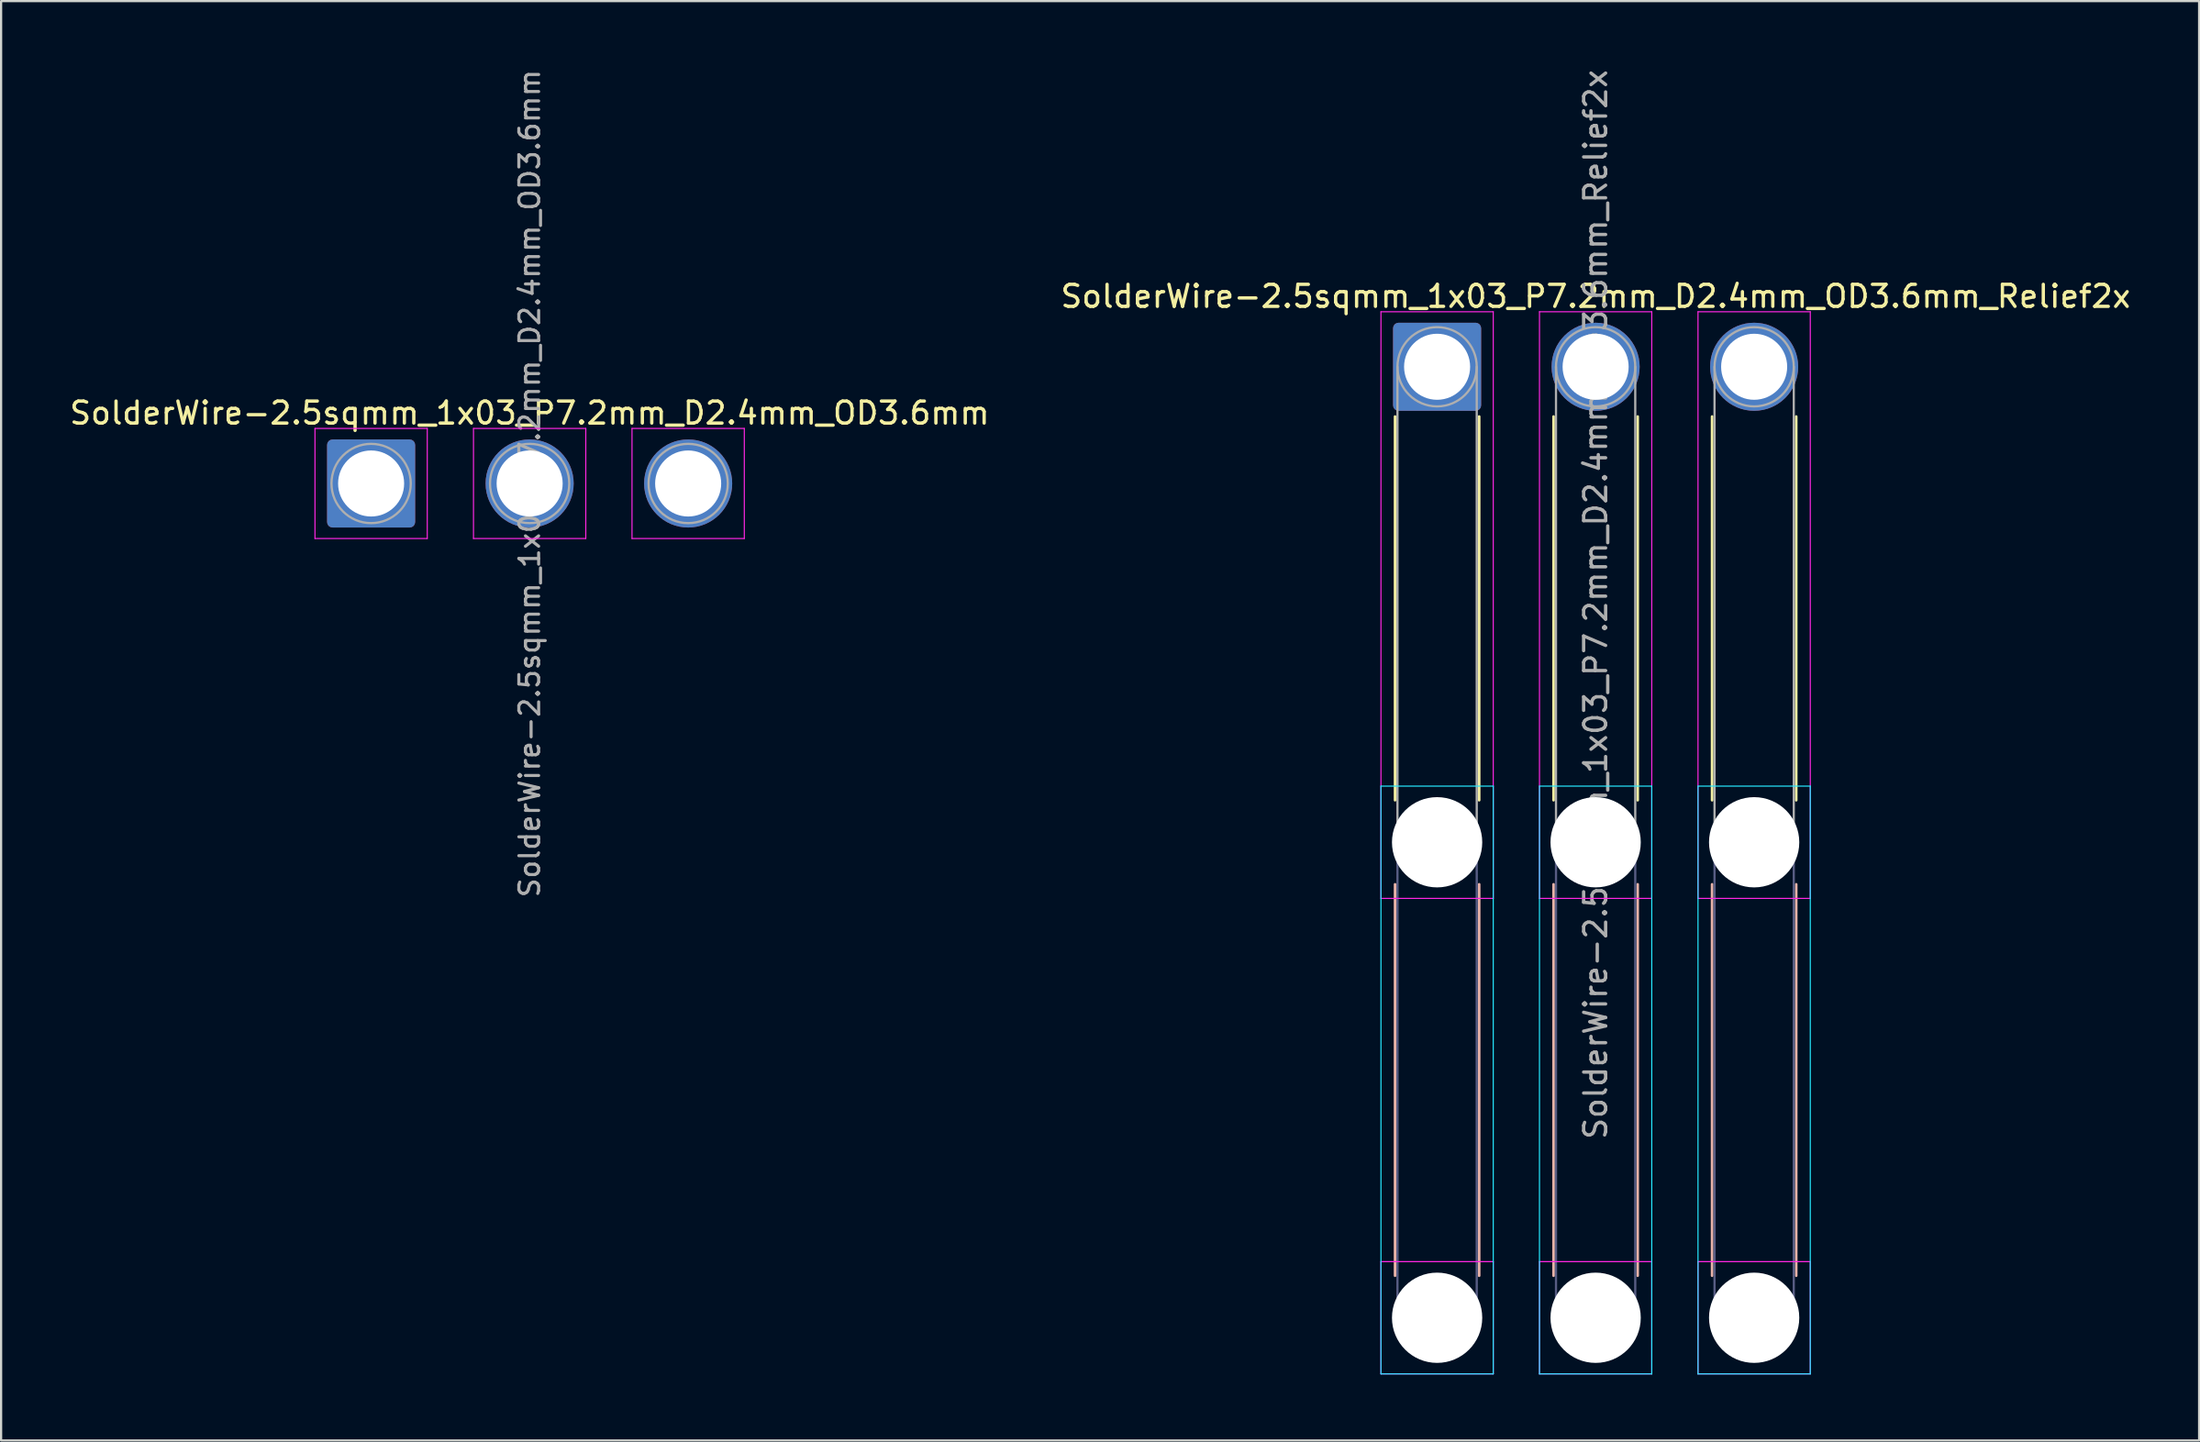
<source format=kicad_pcb>
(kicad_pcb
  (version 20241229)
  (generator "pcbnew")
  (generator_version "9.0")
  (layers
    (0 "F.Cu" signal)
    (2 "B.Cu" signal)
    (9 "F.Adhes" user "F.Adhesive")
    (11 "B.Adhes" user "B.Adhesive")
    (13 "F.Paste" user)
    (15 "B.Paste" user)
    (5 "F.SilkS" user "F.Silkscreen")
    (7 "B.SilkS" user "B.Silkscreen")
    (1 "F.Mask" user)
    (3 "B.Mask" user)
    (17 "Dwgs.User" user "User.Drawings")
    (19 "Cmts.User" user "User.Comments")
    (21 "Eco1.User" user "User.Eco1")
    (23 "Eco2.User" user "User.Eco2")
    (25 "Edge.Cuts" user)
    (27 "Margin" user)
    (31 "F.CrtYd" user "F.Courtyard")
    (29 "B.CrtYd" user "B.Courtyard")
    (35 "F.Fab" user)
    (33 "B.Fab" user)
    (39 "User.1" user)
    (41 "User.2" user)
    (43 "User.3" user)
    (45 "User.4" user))
  (footprint "SolderWire-2.5sqmm_1x03_P7.2mm_D2.4mm_OD3.6mm_Relief2x"
    (layer "F.Cu")
    (at 62.223 13.611)
    (property "Reference" "SolderWire-2.5sqmm_1x03_P7.2mm_D2.4mm_OD3.6mm_Relief2x" (at 7.2 -3.2 0) (layer "F.SilkS") (effects (font (size 1 1) (thickness 0.15))))
    (attr exclude_from_pos_files exclude_from_bom)
    (fp_line (start -1.91 2.26) (end -1.91 19.69) (stroke (width 0.12) (type solid)) (layer "F.SilkS"))
    (fp_line (start 1.91 2.26) (end 1.91 19.69) (stroke (width 0.12) (type solid)) (layer "F.SilkS"))
    (fp_line (start 5.29 2.26) (end 5.29 19.69) (stroke (width 0.12) (type solid)) (layer "F.SilkS"))
    (fp_line (start 9.11 2.26) (end 9.11 19.69) (stroke (width 0.12) (type solid)) (layer "F.SilkS"))
    (fp_line (start 12.49 2.26) (end 12.49 19.69) (stroke (width 0.12) (type solid)) (layer "F.SilkS"))
    (fp_line (start 16.31 2.26) (end 16.31 19.69) (stroke (width 0.12) (type solid)) (layer "F.SilkS"))
    (fp_line (start -1.91 23.51) (end -1.91 41.29) (stroke (width 0.12) (type solid)) (layer "B.SilkS"))
    (fp_line (start 1.91 23.51) (end 1.91 41.29) (stroke (width 0.12) (type solid)) (layer "B.SilkS"))
    (fp_line (start 5.29 23.51) (end 5.29 41.29) (stroke (width 0.12) (type solid)) (layer "B.SilkS"))
    (fp_line (start 9.11 23.51) (end 9.11 41.29) (stroke (width 0.12) (type solid)) (layer "B.SilkS"))
    (fp_line (start 12.49 23.51) (end 12.49 41.29) (stroke (width 0.12) (type solid)) (layer "B.SilkS"))
    (fp_line (start 16.31 23.51) (end 16.31 41.29) (stroke (width 0.12) (type solid)) (layer "B.SilkS"))
    (fp_line (start -2.55 19.05) (end -2.55 45.75) (stroke (width 0.05) (type solid)) (layer "B.CrtYd"))
    (fp_line (start -2.55 45.75) (end 2.55 45.75) (stroke (width 0.05) (type solid)) (layer "B.CrtYd"))
    (fp_line (start 2.55 19.05) (end -2.55 19.05) (stroke (width 0.05) (type solid)) (layer "B.CrtYd"))
    (fp_line (start 2.55 45.75) (end 2.55 19.05) (stroke (width 0.05) (type solid)) (layer "B.CrtYd"))
    (fp_line (start 4.65 19.05) (end 4.65 45.75) (stroke (width 0.05) (type solid)) (layer "B.CrtYd"))
    (fp_line (start 4.65 45.75) (end 9.75 45.75) (stroke (width 0.05) (type solid)) (layer "B.CrtYd"))
    (fp_line (start 9.75 19.05) (end 4.65 19.05) (stroke (width 0.05) (type solid)) (layer "B.CrtYd"))
    (fp_line (start 9.75 45.75) (end 9.75 19.05) (stroke (width 0.05) (type solid)) (layer "B.CrtYd"))
    (fp_line (start 11.85 19.05) (end 11.85 45.75) (stroke (width 0.05) (type solid)) (layer "B.CrtYd"))
    (fp_line (start 11.85 45.75) (end 16.95 45.75) (stroke (width 0.05) (type solid)) (layer "B.CrtYd"))
    (fp_line (start 16.95 19.05) (end 11.85 19.05) (stroke (width 0.05) (type solid)) (layer "B.CrtYd"))
    (fp_line (start 16.95 45.75) (end 16.95 19.05) (stroke (width 0.05) (type solid)) (layer "B.CrtYd"))
    (fp_line (start -2.55 -2.5) (end -2.55 24.15) (stroke (width 0.05) (type solid)) (layer "F.CrtYd"))
    (fp_line (start -2.55 24.15) (end 2.55 24.15) (stroke (width 0.05) (type solid)) (layer "F.CrtYd"))
    (fp_line (start -2.55 40.65) (end -2.55 45.75) (stroke (width 0.05) (type solid)) (layer "F.CrtYd"))
    (fp_line (start -2.55 45.75) (end 2.55 45.75) (stroke (width 0.05) (type solid)) (layer "F.CrtYd"))
    (fp_line (start 2.55 -2.5) (end -2.55 -2.5) (stroke (width 0.05) (type solid)) (layer "F.CrtYd"))
    (fp_line (start 2.55 24.15) (end 2.55 -2.5) (stroke (width 0.05) (type solid)) (layer "F.CrtYd"))
    (fp_line (start 2.55 40.65) (end -2.55 40.65) (stroke (width 0.05) (type solid)) (layer "F.CrtYd"))
    (fp_line (start 2.55 45.75) (end 2.55 40.65) (stroke (width 0.05) (type solid)) (layer "F.CrtYd"))
    (fp_line (start 4.65 -2.5) (end 4.65 24.15) (stroke (width 0.05) (type solid)) (layer "F.CrtYd"))
    (fp_line (start 4.65 24.15) (end 9.75 24.15) (stroke (width 0.05) (type solid)) (layer "F.CrtYd"))
    (fp_line (start 4.65 40.65) (end 4.65 45.75) (stroke (width 0.05) (type solid)) (layer "F.CrtYd"))
    (fp_line (start 4.65 45.75) (end 9.75 45.75) (stroke (width 0.05) (type solid)) (layer "F.CrtYd"))
    (fp_line (start 9.75 -2.5) (end 4.65 -2.5) (stroke (width 0.05) (type solid)) (layer "F.CrtYd"))
    (fp_line (start 9.75 24.15) (end 9.75 -2.5) (stroke (width 0.05) (type solid)) (layer "F.CrtYd"))
    (fp_line (start 9.75 40.65) (end 4.65 40.65) (stroke (width 0.05) (type solid)) (layer "F.CrtYd"))
    (fp_line (start 9.75 45.75) (end 9.75 40.65) (stroke (width 0.05) (type solid)) (layer "F.CrtYd"))
    (fp_line (start 11.85 -2.5) (end 11.85 24.15) (stroke (width 0.05) (type solid)) (layer "F.CrtYd"))
    (fp_line (start 11.85 24.15) (end 16.95 24.15) (stroke (width 0.05) (type solid)) (layer "F.CrtYd"))
    (fp_line (start 11.85 40.65) (end 11.85 45.75) (stroke (width 0.05) (type solid)) (layer "F.CrtYd"))
    (fp_line (start 11.85 45.75) (end 16.95 45.75) (stroke (width 0.05) (type solid)) (layer "F.CrtYd"))
    (fp_line (start 16.95 -2.5) (end 11.85 -2.5) (stroke (width 0.05) (type solid)) (layer "F.CrtYd"))
    (fp_line (start 16.95 24.15) (end 16.95 -2.5) (stroke (width 0.05) (type solid)) (layer "F.CrtYd"))
    (fp_line (start 16.95 40.65) (end 11.85 40.65) (stroke (width 0.05) (type solid)) (layer "F.CrtYd"))
    (fp_line (start 16.95 45.75) (end 16.95 40.65) (stroke (width 0.05) (type solid)) (layer "F.CrtYd"))
    (fp_line (start -1.8 21.6) (end -1.8 43.2) (stroke (width 0.1) (type solid)) (layer "B.Fab"))
    (fp_line (start 1.8 21.6) (end 1.8 43.2) (stroke (width 0.1) (type solid)) (layer "B.Fab"))
    (fp_line (start 5.4 21.6) (end 5.4 43.2) (stroke (width 0.1) (type solid)) (layer "B.Fab"))
    (fp_line (start 9 21.6) (end 9 43.2) (stroke (width 0.1) (type solid)) (layer "B.Fab"))
    (fp_line (start 12.6 21.6) (end 12.6 43.2) (stroke (width 0.1) (type solid)) (layer "B.Fab"))
    (fp_line (start 16.2 21.6) (end 16.2 43.2) (stroke (width 0.1) (type solid)) (layer "B.Fab"))
    (fp_circle (center 0 21.6) (end 1.8 21.6) (stroke (width 0.1) (type solid)) (fill no) (layer "B.Fab"))
    (fp_circle (center 0 43.2) (end 1.8 43.2) (stroke (width 0.1) (type solid)) (fill no) (layer "B.Fab"))
    (fp_circle (center 7.2 21.6) (end 9 21.6) (stroke (width 0.1) (type solid)) (fill no) (layer "B.Fab"))
    (fp_circle (center 7.2 43.2) (end 9 43.2) (stroke (width 0.1) (type solid)) (fill no) (layer "B.Fab"))
    (fp_circle (center 14.4 21.6) (end 16.2 21.6) (stroke (width 0.1) (type solid)) (fill no) (layer "B.Fab"))
    (fp_circle (center 14.4 43.2) (end 16.2 43.2) (stroke (width 0.1) (type solid)) (fill no) (layer "B.Fab"))
    (fp_line (start -1.8 0) (end -1.8 21.6) (stroke (width 0.1) (type solid)) (layer "F.Fab"))
    (fp_line (start 1.8 0) (end 1.8 21.6) (stroke (width 0.1) (type solid)) (layer "F.Fab"))
    (fp_line (start 5.4 0) (end 5.4 21.6) (stroke (width 0.1) (type solid)) (layer "F.Fab"))
    (fp_line (start 9 0) (end 9 21.6) (stroke (width 0.1) (type solid)) (layer "F.Fab"))
    (fp_line (start 12.6 0) (end 12.6 21.6) (stroke (width 0.1) (type solid)) (layer "F.Fab"))
    (fp_line (start 16.2 0) (end 16.2 21.6) (stroke (width 0.1) (type solid)) (layer "F.Fab"))
    (fp_circle (center 0 0) (end 1.8 0) (stroke (width 0.1) (type solid)) (fill no) (layer "F.Fab"))
    (fp_circle (center 0 21.6) (end 1.8 21.6) (stroke (width 0.1) (type solid)) (fill no) (layer "F.Fab"))
    (fp_circle (center 0 43.2) (end 1.8 43.2) (stroke (width 0.1) (type solid)) (fill no) (layer "F.Fab"))
    (fp_circle (center 7.2 0) (end 9 0) (stroke (width 0.1) (type solid)) (fill no) (layer "F.Fab"))
    (fp_circle (center 7.2 21.6) (end 9 21.6) (stroke (width 0.1) (type solid)) (fill no) (layer "F.Fab"))
    (fp_circle (center 7.2 43.2) (end 9 43.2) (stroke (width 0.1) (type solid)) (fill no) (layer "F.Fab"))
    (fp_circle (center 14.4 0) (end 16.2 0) (stroke (width 0.1) (type solid)) (fill no) (layer "F.Fab"))
    (fp_circle (center 14.4 21.6) (end 16.2 21.6) (stroke (width 0.1) (type solid)) (fill no) (layer "F.Fab"))
    (fp_circle (center 14.4 43.2) (end 16.2 43.2) (stroke (width 0.1) (type solid)) (fill no) (layer "F.Fab"))
    (fp_text user "${REFERENCE}" (at 7.2 10.8 90) (layer "F.Fab") (effects (font (size 1 1) (thickness 0.15))))
    (pad "" np_thru_hole circle (at 0 21.6) (size 4.1 4.1) (drill 4.1) (layers "*.Cu" "*.Mask"))
    (pad "" np_thru_hole circle (at 0 43.2) (size 4.1 4.1) (drill 4.1) (layers "*.Cu" "*.Mask"))
    (pad "" np_thru_hole circle (at 7.2 21.6) (size 4.1 4.1) (drill 4.1) (layers "*.Cu" "*.Mask"))
    (pad "" np_thru_hole circle (at 7.2 43.2) (size 4.1 4.1) (drill 4.1) (layers "*.Cu" "*.Mask"))
    (pad "" np_thru_hole circle (at 14.4 21.6) (size 4.1 4.1) (drill 4.1) (layers "*.Cu" "*.Mask"))
    (pad "" np_thru_hole circle (at 14.4 43.2) (size 4.1 4.1) (drill 4.1) (layers "*.Cu" "*.Mask"))
    (pad "1" thru_hole roundrect (at 0 0) (size 4 4) (drill 3) (layers "*.Cu" "*.Mask") (roundrect_rratio 0.062))
    (pad "2" thru_hole circle (at 7.2 0) (size 4 4) (drill 3) (layers "*.Cu" "*.Mask"))
    (pad "3" thru_hole circle (at 14.4 0) (size 4 4) (drill 3) (layers "*.Cu" "*.Mask")))
  (footprint "SolderWire-2.5sqmm_1x03_P7.2mm_D2.4mm_OD3.6mm"
    (layer "F.Cu")
    (at 13.806 18.913)
    (property "Reference" "SolderWire-2.5sqmm_1x03_P7.2mm_D2.4mm_OD3.6mm" (at 7.2 -3.2 0) (layer "F.SilkS") (effects (font (size 1 1) (thickness 0.15))))
    (attr exclude_from_pos_files exclude_from_bom)
    (fp_line (start -2.55 -2.5) (end -2.55 2.5) (stroke (width 0.05) (type solid)) (layer "F.CrtYd"))
    (fp_line (start -2.55 2.5) (end 2.55 2.5) (stroke (width 0.05) (type solid)) (layer "F.CrtYd"))
    (fp_line (start 2.55 -2.5) (end -2.55 -2.5) (stroke (width 0.05) (type solid)) (layer "F.CrtYd"))
    (fp_line (start 2.55 2.5) (end 2.55 -2.5) (stroke (width 0.05) (type solid)) (layer "F.CrtYd"))
    (fp_line (start 4.65 -2.5) (end 4.65 2.5) (stroke (width 0.05) (type solid)) (layer "F.CrtYd"))
    (fp_line (start 4.65 2.5) (end 9.75 2.5) (stroke (width 0.05) (type solid)) (layer "F.CrtYd"))
    (fp_line (start 9.75 -2.5) (end 4.65 -2.5) (stroke (width 0.05) (type solid)) (layer "F.CrtYd"))
    (fp_line (start 9.75 2.5) (end 9.75 -2.5) (stroke (width 0.05) (type solid)) (layer "F.CrtYd"))
    (fp_line (start 11.85 -2.5) (end 11.85 2.5) (stroke (width 0.05) (type solid)) (layer "F.CrtYd"))
    (fp_line (start 11.85 2.5) (end 16.95 2.5) (stroke (width 0.05) (type solid)) (layer "F.CrtYd"))
    (fp_line (start 16.95 -2.5) (end 11.85 -2.5) (stroke (width 0.05) (type solid)) (layer "F.CrtYd"))
    (fp_line (start 16.95 2.5) (end 16.95 -2.5) (stroke (width 0.05) (type solid)) (layer "F.CrtYd"))
    (fp_circle (center 0 0) (end 1.8 0) (stroke (width 0.1) (type solid)) (fill no) (layer "F.Fab"))
    (fp_circle (center 7.2 0) (end 9 0) (stroke (width 0.1) (type solid)) (fill no) (layer "F.Fab"))
    (fp_circle (center 14.4 0) (end 16.2 0) (stroke (width 0.1) (type solid)) (fill no) (layer "F.Fab"))
    (fp_text user "${REFERENCE}" (at 7.2 0 90) (layer "F.Fab") (effects (font (size 0.9 0.9) (thickness 0.14))))
    (pad "1" thru_hole roundrect (at 0 0) (size 4 4) (drill 3) (layers "*.Cu" "*.Mask") (roundrect_rratio 0.062))
    (pad "2" thru_hole circle (at 7.2 0) (size 4 4) (drill 3) (layers "*.Cu" "*.Mask"))
    (pad "3" thru_hole circle (at 14.4 0) (size 4 4) (drill 3) (layers "*.Cu" "*.Mask")))
  (gr_rect
    (start -3 -3)
    (end 96.833 62.386)
    (stroke (width 0.1) (type default))
    (fill no)
    (layer "Edge.Cuts")))
</source>
